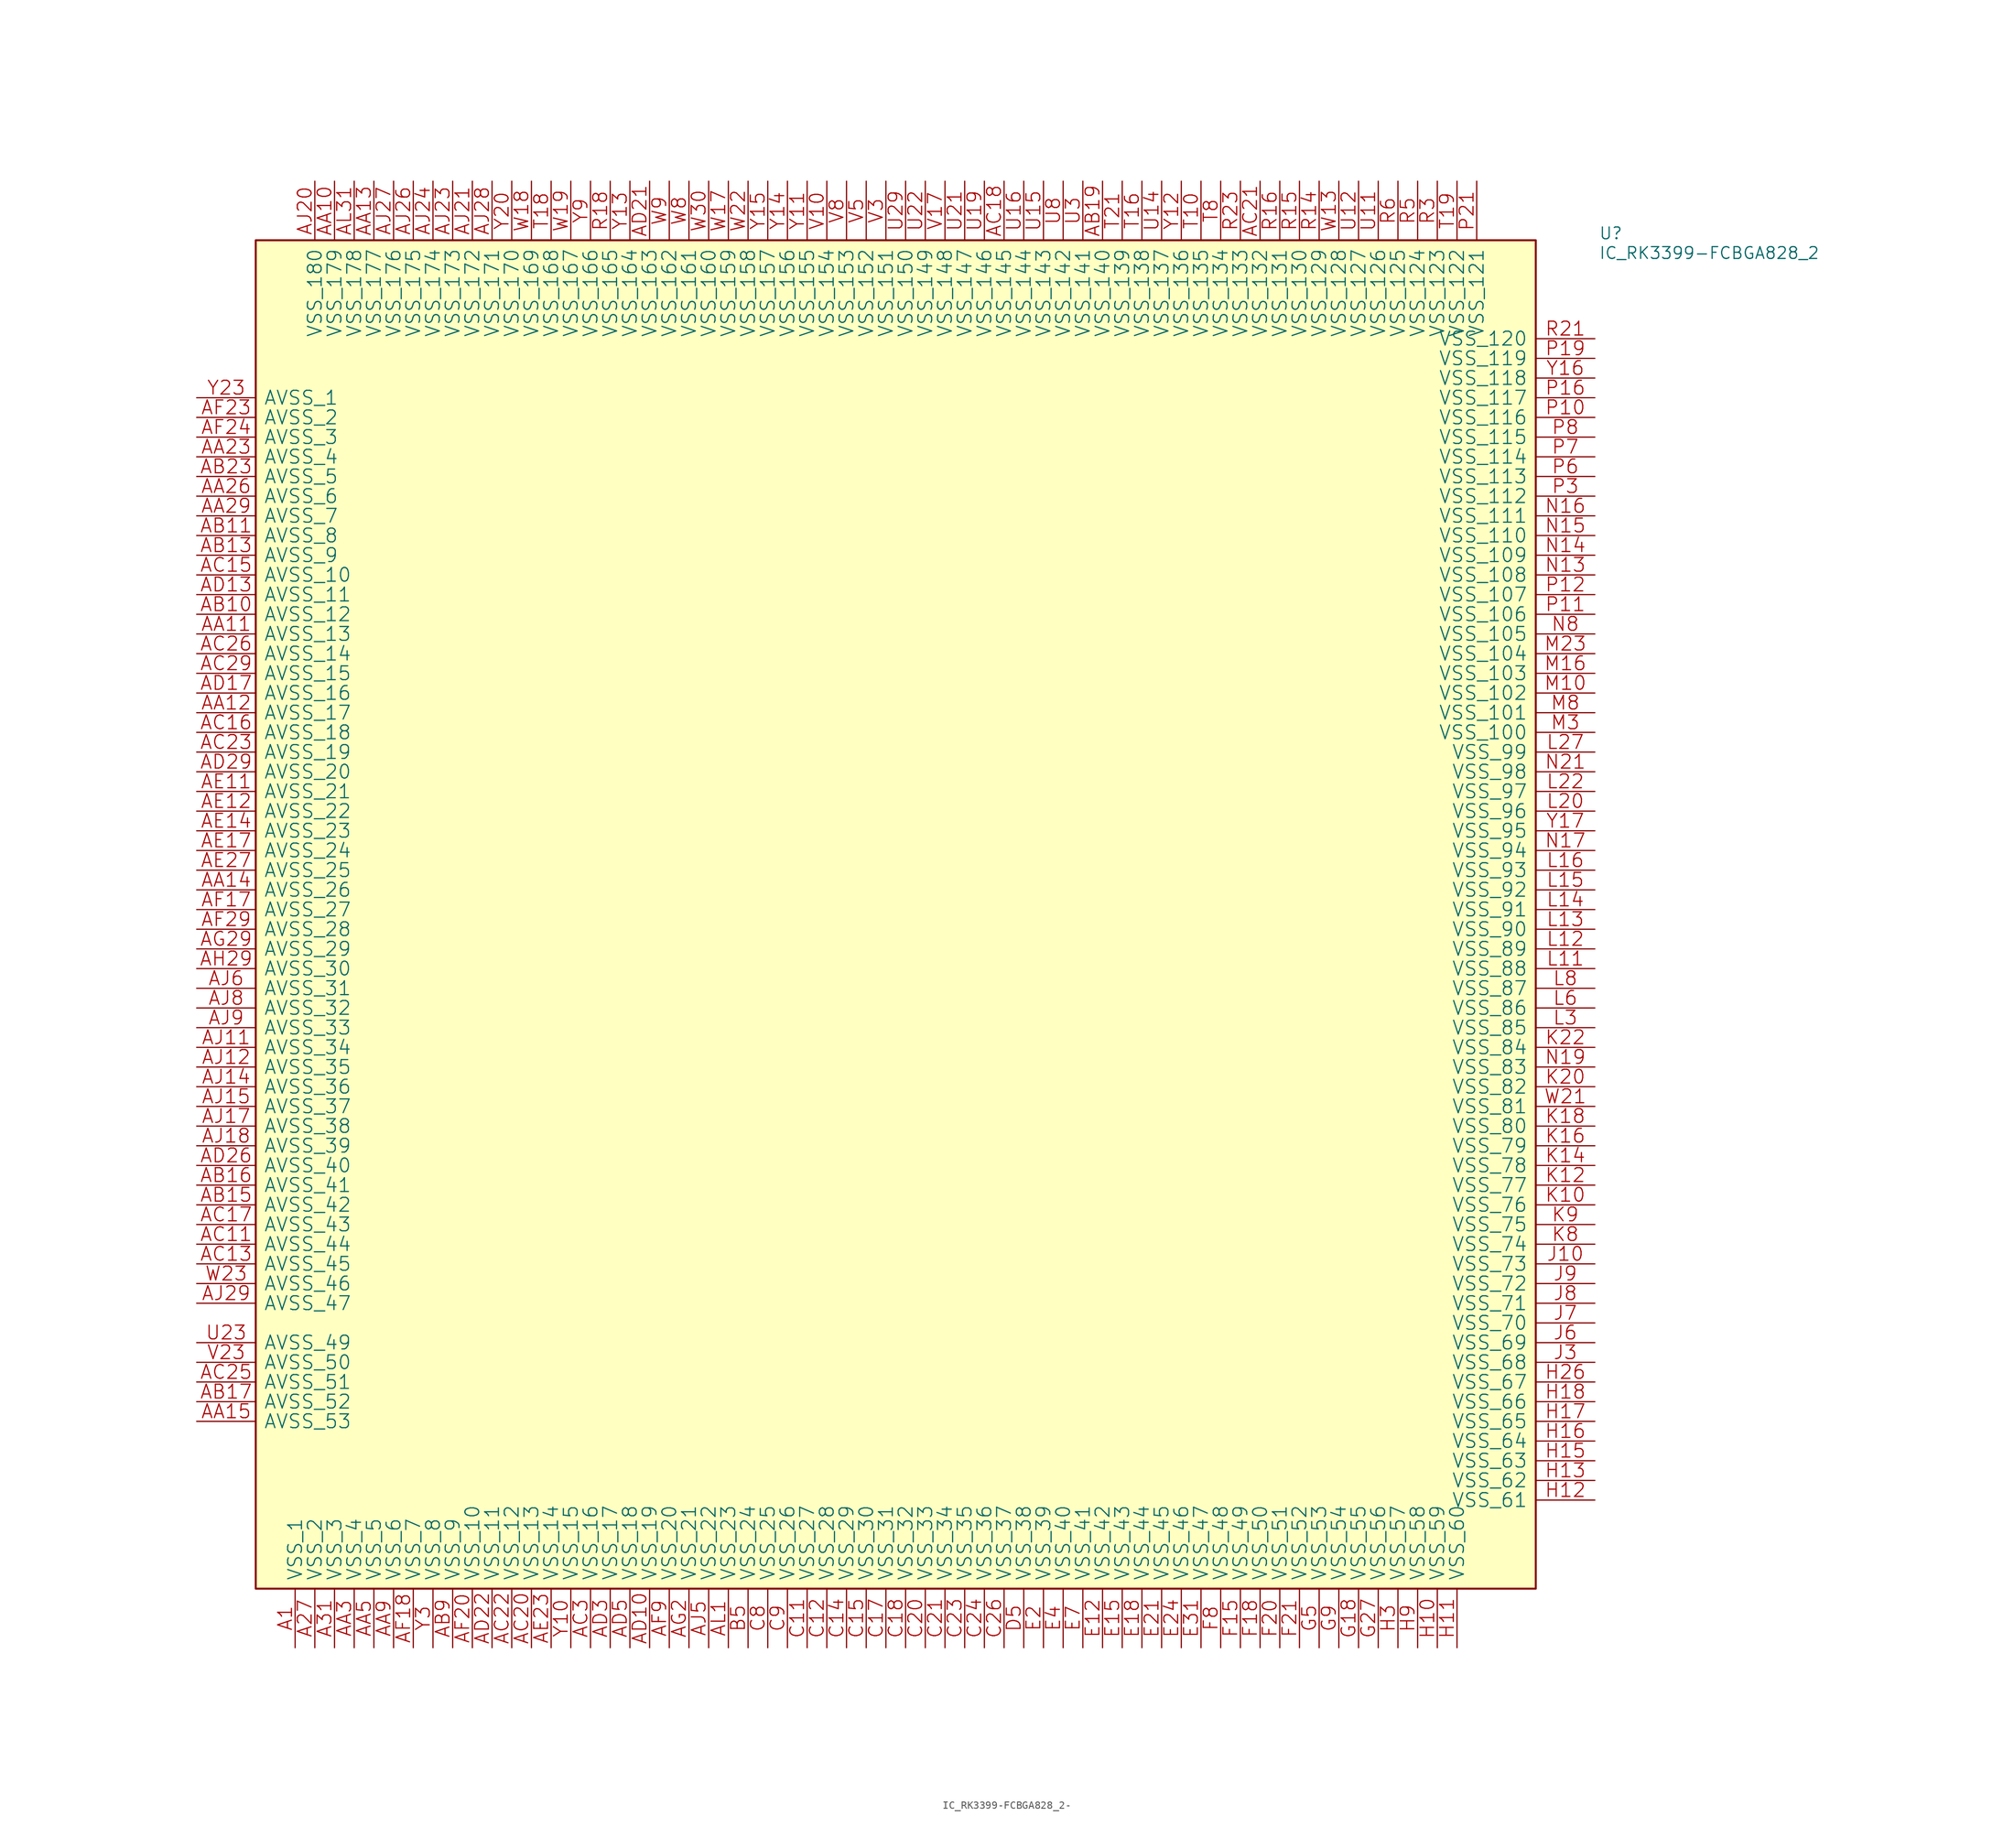
<source format=kicad_sym>
(kicad_symbol_lib
  (version 20220914)
  (generator kicad_symbol_editor)
  (symbol "IC_RK3399-FCBGA828_2-"
    (pin_names
      (offset 1.016))
    (property "Reference" "U"
      (at 173.228 0 0)
      (effects (font (size 1.524 1.524)) (justify left bottom)))
    (property "Value" "IC_RK3399-FCBGA828_2"
      (at 173.228 -2.54 0)
      (effects (font (size 1.524 1.524)) (justify left bottom)))
    (property "Footprint" ""
      (at 0 0 0)
      (effects (font (size 1.524 1.524))))
    (property "Datasheet" ""
      (at 0 0 0)
      (effects (font (size 1.524 1.524))))
    (symbol "IC_RK3399-FCBGA828_2-_0_1"
      (rectangle (start 0 -173.99) (end 165.1 0) (stroke (width 0.254) (type solid)) (fill (type background)))
      (pin passive line (at 5.08 -181.61 90) (length 7.62) (name "VSS_1" (effects (font (size 1.778 1.778)))) (number "A1" (effects (font (size 1.778 1.778)))))
      (pin passive line (at 7.62 -181.61 90) (length 7.62) (name "VSS_2" (effects (font (size 1.778 1.778)))) (number "A27" (effects (font (size 1.778 1.778)))))
      (pin passive line (at 10.16 -181.61 90) (length 7.62) (name "VSS_3" (effects (font (size 1.778 1.778)))) (number "A31" (effects (font (size 1.778 1.778)))))
      (pin passive line (at 10.16 7.62 270) (length 7.62) (name "VSS_179" (effects (font (size 1.778 1.778)))) (number "AA10" (effects (font (size 1.778 1.778)))))
      (pin passive line (at -7.62 -50.8 0) (length 7.62) (name "AVSS_13" (effects (font (size 1.778 1.778)))) (number "AA11" (effects (font (size 1.778 1.778)))))
      (pin passive line (at -7.62 -60.96 0) (length 7.62) (name "AVSS_17" (effects (font (size 1.778 1.778)))) (number "AA12" (effects (font (size 1.778 1.778)))))
      (pin passive line (at 15.24 7.62 270) (length 7.62) (name "VSS_177" (effects (font (size 1.778 1.778)))) (number "AA13" (effects (font (size 1.778 1.778)))))
      (pin passive line (at -7.62 -83.82 0) (length 7.62) (name "AVSS_26" (effects (font (size 1.778 1.778)))) (number "AA14" (effects (font (size 1.778 1.778)))))
      (pin passive line (at -7.62 -152.4 0) (length 7.62) (name "AVSS_53" (effects (font (size 1.778 1.778)))) (number "AA15" (effects (font (size 1.778 1.778)))))
      (pin passive line (at -7.62 -27.94 0) (length 7.62) (name "AVSS_4" (effects (font (size 1.778 1.778)))) (number "AA23" (effects (font (size 1.778 1.778)))))
      (pin passive line (at -7.62 -33.02 0) (length 7.62) (name "AVSS_6" (effects (font (size 1.778 1.778)))) (number "AA26" (effects (font (size 1.778 1.778)))))
      (pin passive line (at -7.62 -35.56 0) (length 7.62) (name "AVSS_7" (effects (font (size 1.778 1.778)))) (number "AA29" (effects (font (size 1.778 1.778)))))
      (pin passive line (at 12.7 -181.61 90) (length 7.62) (name "VSS_4" (effects (font (size 1.778 1.778)))) (number "AA3" (effects (font (size 1.778 1.778)))))
      (pin passive line (at 15.24 -181.61 90) (length 7.62) (name "VSS_5" (effects (font (size 1.778 1.778)))) (number "AA5" (effects (font (size 1.778 1.778)))))
      (pin passive line (at 17.78 -181.61 90) (length 7.62) (name "VSS_6" (effects (font (size 1.778 1.778)))) (number "AA9" (effects (font (size 1.778 1.778)))))
      (pin passive line (at -7.62 -48.26 0) (length 7.62) (name "AVSS_12" (effects (font (size 1.778 1.778)))) (number "AB10" (effects (font (size 1.778 1.778)))))
      (pin passive line (at -7.62 -38.1 0) (length 7.62) (name "AVSS_8" (effects (font (size 1.778 1.778)))) (number "AB11" (effects (font (size 1.778 1.778)))))
      (pin passive line (at -7.62 -40.64 0) (length 7.62) (name "AVSS_9" (effects (font (size 1.778 1.778)))) (number "AB13" (effects (font (size 1.778 1.778)))))
      (pin passive line (at -7.62 -124.46 0) (length 7.62) (name "AVSS_42" (effects (font (size 1.778 1.778)))) (number "AB15" (effects (font (size 1.778 1.778)))))
      (pin passive line (at -7.62 -121.92 0) (length 7.62) (name "AVSS_41" (effects (font (size 1.778 1.778)))) (number "AB16" (effects (font (size 1.778 1.778)))))
      (pin passive line (at -7.62 -149.86 0) (length 7.62) (name "AVSS_52" (effects (font (size 1.778 1.778)))) (number "AB17" (effects (font (size 1.778 1.778)))))
      (pin passive line (at 109.22 7.62 270) (length 7.62) (name "VSS_140" (effects (font (size 1.778 1.778)))) (number "AB19" (effects (font (size 1.778 1.778)))))
      (pin passive line (at -7.62 -30.48 0) (length 7.62) (name "AVSS_5" (effects (font (size 1.778 1.778)))) (number "AB23" (effects (font (size 1.778 1.778)))))
      (pin passive line (at 25.4 -181.61 90) (length 7.62) (name "VSS_9" (effects (font (size 1.778 1.778)))) (number "AB9" (effects (font (size 1.778 1.778)))))
      (pin passive line (at -7.62 -129.54 0) (length 7.62) (name "AVSS_44" (effects (font (size 1.778 1.778)))) (number "AC11" (effects (font (size 1.778 1.778)))))
      (pin passive line (at -7.62 -132.08 0) (length 7.62) (name "AVSS_45" (effects (font (size 1.778 1.778)))) (number "AC13" (effects (font (size 1.778 1.778)))))
      (pin passive line (at -7.62 -43.18 0) (length 7.62) (name "AVSS_10" (effects (font (size 1.778 1.778)))) (number "AC15" (effects (font (size 1.778 1.778)))))
      (pin passive line (at -7.62 -63.5 0) (length 7.62) (name "AVSS_18" (effects (font (size 1.778 1.778)))) (number "AC16" (effects (font (size 1.778 1.778)))))
      (pin passive line (at -7.62 -127 0) (length 7.62) (name "AVSS_43" (effects (font (size 1.778 1.778)))) (number "AC17" (effects (font (size 1.778 1.778)))))
      (pin passive line (at 96.52 7.62 270) (length 7.62) (name "VSS_145" (effects (font (size 1.778 1.778)))) (number "AC18" (effects (font (size 1.778 1.778)))))
      (pin passive line (at 35.56 -181.61 90) (length 7.62) (name "VSS_13" (effects (font (size 1.778 1.778)))) (number "AC20" (effects (font (size 1.778 1.778)))))
      (pin passive line (at 129.54 7.62 270) (length 7.62) (name "VSS_132" (effects (font (size 1.778 1.778)))) (number "AC21" (effects (font (size 1.778 1.778)))))
      (pin passive line (at 33.02 -181.61 90) (length 7.62) (name "VSS_12" (effects (font (size 1.778 1.778)))) (number "AC22" (effects (font (size 1.778 1.778)))))
      (pin passive line (at -7.62 -66.04 0) (length 7.62) (name "AVSS_19" (effects (font (size 1.778 1.778)))) (number "AC23" (effects (font (size 1.778 1.778)))))
      (pin passive line (at -7.62 -147.32 0) (length 7.62) (name "AVSS_51" (effects (font (size 1.778 1.778)))) (number "AC25" (effects (font (size 1.778 1.778)))))
      (pin passive line (at -7.62 -53.34 0) (length 7.62) (name "AVSS_14" (effects (font (size 1.778 1.778)))) (number "AC26" (effects (font (size 1.778 1.778)))))
      (pin passive line (at -7.62 -55.88 0) (length 7.62) (name "AVSS_15" (effects (font (size 1.778 1.778)))) (number "AC29" (effects (font (size 1.778 1.778)))))
      (pin passive line (at 43.18 -181.61 90) (length 7.62) (name "VSS_16" (effects (font (size 1.778 1.778)))) (number "AC3" (effects (font (size 1.778 1.778)))))
      (pin passive line (at 50.8 -181.61 90) (length 7.62) (name "VSS_19" (effects (font (size 1.778 1.778)))) (number "AD10" (effects (font (size 1.778 1.778)))))
      (pin passive line (at -7.62 -45.72 0) (length 7.62) (name "AVSS_11" (effects (font (size 1.778 1.778)))) (number "AD13" (effects (font (size 1.778 1.778)))))
      (pin passive line (at -7.62 -58.42 0) (length 7.62) (name "AVSS_16" (effects (font (size 1.778 1.778)))) (number "AD17" (effects (font (size 1.778 1.778)))))
      (pin passive line (at 50.8 7.62 270) (length 7.62) (name "VSS_163" (effects (font (size 1.778 1.778)))) (number "AD21" (effects (font (size 1.778 1.778)))))
      (pin passive line (at 30.48 -181.61 90) (length 7.62) (name "VSS_11" (effects (font (size 1.778 1.778)))) (number "AD22" (effects (font (size 1.778 1.778)))))
      (pin passive line (at -7.62 -119.38 0) (length 7.62) (name "AVSS_40" (effects (font (size 1.778 1.778)))) (number "AD26" (effects (font (size 1.778 1.778)))))
      (pin passive line (at -7.62 -68.58 0) (length 7.62) (name "AVSS_20" (effects (font (size 1.778 1.778)))) (number "AD29" (effects (font (size 1.778 1.778)))))
      (pin passive line (at 45.72 -181.61 90) (length 7.62) (name "VSS_17" (effects (font (size 1.778 1.778)))) (number "AD3" (effects (font (size 1.778 1.778)))))
      (pin passive line (at 48.26 -181.61 90) (length 7.62) (name "VSS_18" (effects (font (size 1.778 1.778)))) (number "AD5" (effects (font (size 1.778 1.778)))))
      (pin passive line (at -7.62 -71.12 0) (length 7.62) (name "AVSS_21" (effects (font (size 1.778 1.778)))) (number "AE11" (effects (font (size 1.778 1.778)))))
      (pin passive line (at -7.62 -73.66 0) (length 7.62) (name "AVSS_22" (effects (font (size 1.778 1.778)))) (number "AE12" (effects (font (size 1.778 1.778)))))
      (pin passive line (at -7.62 -76.2 0) (length 7.62) (name "AVSS_23" (effects (font (size 1.778 1.778)))) (number "AE14" (effects (font (size 1.778 1.778)))))
      (pin passive line (at -7.62 -78.74 0) (length 7.62) (name "AVSS_24" (effects (font (size 1.778 1.778)))) (number "AE17" (effects (font (size 1.778 1.778)))))
      (pin passive line (at 38.1 -181.61 90) (length 7.62) (name "VSS_14" (effects (font (size 1.778 1.778)))) (number "AE23" (effects (font (size 1.778 1.778)))))
      (pin passive line (at -7.62 -81.28 0) (length 7.62) (name "AVSS_25" (effects (font (size 1.778 1.778)))) (number "AE27" (effects (font (size 1.778 1.778)))))
      (pin passive line (at -7.62 -86.36 0) (length 7.62) (name "AVSS_27" (effects (font (size 1.778 1.778)))) (number "AF17" (effects (font (size 1.778 1.778)))))
      (pin passive line (at 20.32 -181.61 90) (length 7.62) (name "VSS_7" (effects (font (size 1.778 1.778)))) (number "AF18" (effects (font (size 1.778 1.778)))))
      (pin passive line (at 27.94 -181.61 90) (length 7.62) (name "VSS_10" (effects (font (size 1.778 1.778)))) (number "AF20" (effects (font (size 1.778 1.778)))))
      (pin passive line (at -7.62 -22.86 0) (length 7.62) (name "AVSS_2" (effects (font (size 1.778 1.778)))) (number "AF23" (effects (font (size 1.778 1.778)))))
      (pin passive line (at -7.62 -25.4 0) (length 7.62) (name "AVSS_3" (effects (font (size 1.778 1.778)))) (number "AF24" (effects (font (size 1.778 1.778)))))
      (pin passive line (at -7.62 -88.9 0) (length 7.62) (name "AVSS_28" (effects (font (size 1.778 1.778)))) (number "AF29" (effects (font (size 1.778 1.778)))))
      (pin passive line (at 53.34 -181.61 90) (length 7.62) (name "VSS_20" (effects (font (size 1.778 1.778)))) (number "AF9" (effects (font (size 1.778 1.778)))))
      (pin passive line (at 55.88 -181.61 90) (length 7.62) (name "VSS_21" (effects (font (size 1.778 1.778)))) (number "AG2" (effects (font (size 1.778 1.778)))))
      (pin passive line (at -7.62 -91.44 0) (length 7.62) (name "AVSS_29" (effects (font (size 1.778 1.778)))) (number "AG29" (effects (font (size 1.778 1.778)))))
      (pin passive line (at -7.62 -93.98 0) (length 7.62) (name "AVSS_30" (effects (font (size 1.778 1.778)))) (number "AH29" (effects (font (size 1.778 1.778)))))
      (pin passive line (at -7.62 -104.14 0) (length 7.62) (name "AVSS_34" (effects (font (size 1.778 1.778)))) (number "AJ11" (effects (font (size 1.778 1.778)))))
      (pin passive line (at -7.62 -106.68 0) (length 7.62) (name "AVSS_35" (effects (font (size 1.778 1.778)))) (number "AJ12" (effects (font (size 1.778 1.778)))))
      (pin passive line (at -7.62 -109.22 0) (length 7.62) (name "AVSS_36" (effects (font (size 1.778 1.778)))) (number "AJ14" (effects (font (size 1.778 1.778)))))
      (pin passive line (at -7.62 -111.76 0) (length 7.62) (name "AVSS_37" (effects (font (size 1.778 1.778)))) (number "AJ15" (effects (font (size 1.778 1.778)))))
      (pin passive line (at -7.62 -114.3 0) (length 7.62) (name "AVSS_38" (effects (font (size 1.778 1.778)))) (number "AJ17" (effects (font (size 1.778 1.778)))))
      (pin passive line (at -7.62 -116.84 0) (length 7.62) (name "AVSS_39" (effects (font (size 1.778 1.778)))) (number "AJ18" (effects (font (size 1.778 1.778)))))
      (pin passive line (at 7.62 7.62 270) (length 7.62) (name "VSS_180" (effects (font (size 1.778 1.778)))) (number "AJ20" (effects (font (size 1.778 1.778)))))
      (pin passive line (at 27.94 7.62 270) (length 7.62) (name "VSS_172" (effects (font (size 1.778 1.778)))) (number "AJ21" (effects (font (size 1.778 1.778)))))
      (pin passive line (at 25.4 7.62 270) (length 7.62) (name "VSS_173" (effects (font (size 1.778 1.778)))) (number "AJ23" (effects (font (size 1.778 1.778)))))
      (pin passive line (at 22.86 7.62 270) (length 7.62) (name "VSS_174" (effects (font (size 1.778 1.778)))) (number "AJ24" (effects (font (size 1.778 1.778)))))
      (pin passive line (at 20.32 7.62 270) (length 7.62) (name "VSS_175" (effects (font (size 1.778 1.778)))) (number "AJ26" (effects (font (size 1.778 1.778)))))
      (pin passive line (at 17.78 7.62 270) (length 7.62) (name "VSS_176" (effects (font (size 1.778 1.778)))) (number "AJ27" (effects (font (size 1.778 1.778)))))
      (pin passive line (at 30.48 7.62 270) (length 7.62) (name "VSS_171" (effects (font (size 1.778 1.778)))) (number "AJ28" (effects (font (size 1.778 1.778)))))
      (pin passive line (at -7.62 -137.16 0) (length 7.62) (name "AVSS_47" (effects (font (size 1.778 1.778)))) (number "AJ29" (effects (font (size 1.778 1.778)))))
      (pin passive line (at 58.42 -181.61 90) (length 7.62) (name "VSS_22" (effects (font (size 1.778 1.778)))) (number "AJ5" (effects (font (size 1.778 1.778)))))
      (pin passive line (at -7.62 -96.52 0) (length 7.62) (name "AVSS_31" (effects (font (size 1.778 1.778)))) (number "AJ6" (effects (font (size 1.778 1.778)))))
      (pin passive line (at -7.62 -99.06 0) (length 7.62) (name "AVSS_32" (effects (font (size 1.778 1.778)))) (number "AJ8" (effects (font (size 1.778 1.778)))))
      (pin passive line (at -7.62 -101.6 0) (length 7.62) (name "AVSS_33" (effects (font (size 1.778 1.778)))) (number "AJ9" (effects (font (size 1.778 1.778)))))
      (pin passive line (at 60.96 -181.61 90) (length 7.62) (name "VSS_23" (effects (font (size 1.778 1.778)))) (number "AL1" (effects (font (size 1.778 1.778)))))
      (pin passive line (at 12.7 7.62 270) (length 7.62) (name "VSS_178" (effects (font (size 1.778 1.778)))) (number "AL31" (effects (font (size 1.778 1.778)))))
      (pin passive line (at 63.5 -181.61 90) (length 7.62) (name "VSS_24" (effects (font (size 1.778 1.778)))) (number "B5" (effects (font (size 1.778 1.778)))))
      (pin passive line (at 71.12 -181.61 90) (length 7.62) (name "VSS_27" (effects (font (size 1.778 1.778)))) (number "C11" (effects (font (size 1.778 1.778)))))
      (pin passive line (at 73.66 -181.61 90) (length 7.62) (name "VSS_28" (effects (font (size 1.778 1.778)))) (number "C12" (effects (font (size 1.778 1.778)))))
      (pin passive line (at 76.2 -181.61 90) (length 7.62) (name "VSS_29" (effects (font (size 1.778 1.778)))) (number "C14" (effects (font (size 1.778 1.778)))))
      (pin passive line (at 78.74 -181.61 90) (length 7.62) (name "VSS_30" (effects (font (size 1.778 1.778)))) (number "C15" (effects (font (size 1.778 1.778)))))
      (pin passive line (at 81.28 -181.61 90) (length 7.62) (name "VSS_31" (effects (font (size 1.778 1.778)))) (number "C17" (effects (font (size 1.778 1.778)))))
      (pin passive line (at 83.82 -181.61 90) (length 7.62) (name "VSS_32" (effects (font (size 1.778 1.778)))) (number "C18" (effects (font (size 1.778 1.778)))))
      (pin passive line (at 86.36 -181.61 90) (length 7.62) (name "VSS_33" (effects (font (size 1.778 1.778)))) (number "C20" (effects (font (size 1.778 1.778)))))
      (pin passive line (at 88.9 -181.61 90) (length 7.62) (name "VSS_34" (effects (font (size 1.778 1.778)))) (number "C21" (effects (font (size 1.778 1.778)))))
      (pin passive line (at 91.44 -181.61 90) (length 7.62) (name "VSS_35" (effects (font (size 1.778 1.778)))) (number "C23" (effects (font (size 1.778 1.778)))))
      (pin passive line (at 93.98 -181.61 90) (length 7.62) (name "VSS_36" (effects (font (size 1.778 1.778)))) (number "C24" (effects (font (size 1.778 1.778)))))
      (pin passive line (at 96.52 -181.61 90) (length 7.62) (name "VSS_37" (effects (font (size 1.778 1.778)))) (number "C26" (effects (font (size 1.778 1.778)))))
      (pin passive line (at 66.04 -181.61 90) (length 7.62) (name "VSS_25" (effects (font (size 1.778 1.778)))) (number "C8" (effects (font (size 1.778 1.778)))))
      (pin passive line (at 68.58 -181.61 90) (length 7.62) (name "VSS_26" (effects (font (size 1.778 1.778)))) (number "C9" (effects (font (size 1.778 1.778)))))
      (pin passive line (at 99.06 -181.61 90) (length 7.62) (name "VSS_38" (effects (font (size 1.778 1.778)))) (number "D5" (effects (font (size 1.778 1.778)))))
      (pin passive line (at 109.22 -181.61 90) (length 7.62) (name "VSS_42" (effects (font (size 1.778 1.778)))) (number "E12" (effects (font (size 1.778 1.778)))))
      (pin passive line (at 111.76 -181.61 90) (length 7.62) (name "VSS_43" (effects (font (size 1.778 1.778)))) (number "E15" (effects (font (size 1.778 1.778)))))
      (pin passive line (at 114.3 -181.61 90) (length 7.62) (name "VSS_44" (effects (font (size 1.778 1.778)))) (number "E18" (effects (font (size 1.778 1.778)))))
      (pin passive line (at 101.6 -181.61 90) (length 7.62) (name "VSS_39" (effects (font (size 1.778 1.778)))) (number "E2" (effects (font (size 1.778 1.778)))))
      (pin passive line (at 116.84 -181.61 90) (length 7.62) (name "VSS_45" (effects (font (size 1.778 1.778)))) (number "E21" (effects (font (size 1.778 1.778)))))
      (pin passive line (at 119.38 -181.61 90) (length 7.62) (name "VSS_46" (effects (font (size 1.778 1.778)))) (number "E24" (effects (font (size 1.778 1.778)))))
      (pin passive line (at 121.92 -181.61 90) (length 7.62) (name "VSS_47" (effects (font (size 1.778 1.778)))) (number "E31" (effects (font (size 1.778 1.778)))))
      (pin passive line (at 104.14 -181.61 90) (length 7.62) (name "VSS_40" (effects (font (size 1.778 1.778)))) (number "E4" (effects (font (size 1.778 1.778)))))
      (pin passive line (at 106.68 -181.61 90) (length 7.62) (name "VSS_41" (effects (font (size 1.778 1.778)))) (number "E7" (effects (font (size 1.778 1.778)))))
      (pin passive line (at 127 -181.61 90) (length 7.62) (name "VSS_49" (effects (font (size 1.778 1.778)))) (number "F15" (effects (font (size 1.778 1.778)))))
      (pin passive line (at 129.54 -181.61 90) (length 7.62) (name "VSS_50" (effects (font (size 1.778 1.778)))) (number "F18" (effects (font (size 1.778 1.778)))))
      (pin passive line (at 132.08 -181.61 90) (length 7.62) (name "VSS_51" (effects (font (size 1.778 1.778)))) (number "F20" (effects (font (size 1.778 1.778)))))
      (pin passive line (at 134.62 -181.61 90) (length 7.62) (name "VSS_52" (effects (font (size 1.778 1.778)))) (number "F21" (effects (font (size 1.778 1.778)))))
      (pin passive line (at 124.46 -181.61 90) (length 7.62) (name "VSS_48" (effects (font (size 1.778 1.778)))) (number "F8" (effects (font (size 1.778 1.778)))))
      (pin passive line (at 142.24 -181.61 90) (length 7.62) (name "VSS_55" (effects (font (size 1.778 1.778)))) (number "G18" (effects (font (size 1.778 1.778)))))
      (pin passive line (at 144.78 -181.61 90) (length 7.62) (name "VSS_56" (effects (font (size 1.778 1.778)))) (number "G27" (effects (font (size 1.778 1.778)))))
      (pin passive line (at 137.16 -181.61 90) (length 7.62) (name "VSS_53" (effects (font (size 1.778 1.778)))) (number "G5" (effects (font (size 1.778 1.778)))))
      (pin passive line (at 139.7 -181.61 90) (length 7.62) (name "VSS_54" (effects (font (size 1.778 1.778)))) (number "G9" (effects (font (size 1.778 1.778)))))
      (pin passive line (at 152.4 -181.61 90) (length 7.62) (name "VSS_59" (effects (font (size 1.778 1.778)))) (number "H10" (effects (font (size 1.778 1.778)))))
      (pin passive line (at 154.94 -181.61 90) (length 7.62) (name "VSS_60" (effects (font (size 1.778 1.778)))) (number "H11" (effects (font (size 1.778 1.778)))))
      (pin passive line (at 172.72 -162.56 180) (length 7.62) (name "VSS_61" (effects (font (size 1.778 1.778)))) (number "H12" (effects (font (size 1.778 1.778)))))
      (pin passive line (at 172.72 -160.02 180) (length 7.62) (name "VSS_62" (effects (font (size 1.778 1.778)))) (number "H13" (effects (font (size 1.778 1.778)))))
      (pin passive line (at 172.72 -157.48 180) (length 7.62) (name "VSS_63" (effects (font (size 1.778 1.778)))) (number "H15" (effects (font (size 1.778 1.778)))))
      (pin passive line (at 172.72 -154.94 180) (length 7.62) (name "VSS_64" (effects (font (size 1.778 1.778)))) (number "H16" (effects (font (size 1.778 1.778)))))
      (pin passive line (at 172.72 -152.4 180) (length 7.62) (name "VSS_65" (effects (font (size 1.778 1.778)))) (number "H17" (effects (font (size 1.778 1.778)))))
      (pin passive line (at 172.72 -149.86 180) (length 7.62) (name "VSS_66" (effects (font (size 1.778 1.778)))) (number "H18" (effects (font (size 1.778 1.778)))))
      (pin passive line (at 172.72 -147.32 180) (length 7.62) (name "VSS_67" (effects (font (size 1.778 1.778)))) (number "H26" (effects (font (size 1.778 1.778)))))
      (pin passive line (at 147.32 -181.61 90) (length 7.62) (name "VSS_57" (effects (font (size 1.778 1.778)))) (number "H3" (effects (font (size 1.778 1.778)))))
      (pin passive line (at 149.86 -181.61 90) (length 7.62) (name "VSS_58" (effects (font (size 1.778 1.778)))) (number "H9" (effects (font (size 1.778 1.778)))))
      (pin passive line (at 172.72 -132.08 180) (length 7.62) (name "VSS_73" (effects (font (size 1.778 1.778)))) (number "J10" (effects (font (size 1.778 1.778)))))
      (pin passive line (at 172.72 -144.78 180) (length 7.62) (name "VSS_68" (effects (font (size 1.778 1.778)))) (number "J3" (effects (font (size 1.778 1.778)))))
      (pin passive line (at 172.72 -142.24 180) (length 7.62) (name "VSS_69" (effects (font (size 1.778 1.778)))) (number "J6" (effects (font (size 1.778 1.778)))))
      (pin passive line (at 172.72 -139.7 180) (length 7.62) (name "VSS_70" (effects (font (size 1.778 1.778)))) (number "J7" (effects (font (size 1.778 1.778)))))
      (pin passive line (at 172.72 -137.16 180) (length 7.62) (name "VSS_71" (effects (font (size 1.778 1.778)))) (number "J8" (effects (font (size 1.778 1.778)))))
      (pin passive line (at 172.72 -134.62 180) (length 7.62) (name "VSS_72" (effects (font (size 1.778 1.778)))) (number "J9" (effects (font (size 1.778 1.778)))))
      (pin passive line (at 172.72 -124.46 180) (length 7.62) (name "VSS_76" (effects (font (size 1.778 1.778)))) (number "K10" (effects (font (size 1.778 1.778)))))
      (pin passive line (at 172.72 -121.92 180) (length 7.62) (name "VSS_77" (effects (font (size 1.778 1.778)))) (number "K12" (effects (font (size 1.778 1.778)))))
      (pin passive line (at 172.72 -119.38 180) (length 7.62) (name "VSS_78" (effects (font (size 1.778 1.778)))) (number "K14" (effects (font (size 1.778 1.778)))))
      (pin passive line (at 172.72 -116.84 180) (length 7.62) (name "VSS_79" (effects (font (size 1.778 1.778)))) (number "K16" (effects (font (size 1.778 1.778)))))
      (pin passive line (at 172.72 -114.3 180) (length 7.62) (name "VSS_80" (effects (font (size 1.778 1.778)))) (number "K18" (effects (font (size 1.778 1.778)))))
      (pin passive line (at 172.72 -109.22 180) (length 7.62) (name "VSS_82" (effects (font (size 1.778 1.778)))) (number "K20" (effects (font (size 1.778 1.778)))))
      (pin passive line (at 172.72 -104.14 180) (length 7.62) (name "VSS_84" (effects (font (size 1.778 1.778)))) (number "K22" (effects (font (size 1.778 1.778)))))
      (pin passive line (at 172.72 -129.54 180) (length 7.62) (name "VSS_74" (effects (font (size 1.778 1.778)))) (number "K8" (effects (font (size 1.778 1.778)))))
      (pin passive line (at 172.72 -127 180) (length 7.62) (name "VSS_75" (effects (font (size 1.778 1.778)))) (number "K9" (effects (font (size 1.778 1.778)))))
      (pin passive line (at 172.72 -93.98 180) (length 7.62) (name "VSS_88" (effects (font (size 1.778 1.778)))) (number "L11" (effects (font (size 1.778 1.778)))))
      (pin passive line (at 172.72 -91.44 180) (length 7.62) (name "VSS_89" (effects (font (size 1.778 1.778)))) (number "L12" (effects (font (size 1.778 1.778)))))
      (pin passive line (at 172.72 -88.9 180) (length 7.62) (name "VSS_90" (effects (font (size 1.778 1.778)))) (number "L13" (effects (font (size 1.778 1.778)))))
      (pin passive line (at 172.72 -86.36 180) (length 7.62) (name "VSS_91" (effects (font (size 1.778 1.778)))) (number "L14" (effects (font (size 1.778 1.778)))))
      (pin passive line (at 172.72 -83.82 180) (length 7.62) (name "VSS_92" (effects (font (size 1.778 1.778)))) (number "L15" (effects (font (size 1.778 1.778)))))
      (pin passive line (at 172.72 -81.28 180) (length 7.62) (name "VSS_93" (effects (font (size 1.778 1.778)))) (number "L16" (effects (font (size 1.778 1.778)))))
      (pin passive line (at 172.72 -73.66 180) (length 7.62) (name "VSS_96" (effects (font (size 1.778 1.778)))) (number "L20" (effects (font (size 1.778 1.778)))))
      (pin passive line (at 172.72 -71.12 180) (length 7.62) (name "VSS_97" (effects (font (size 1.778 1.778)))) (number "L22" (effects (font (size 1.778 1.778)))))
      (pin passive line (at 172.72 -66.04 180) (length 7.62) (name "VSS_99" (effects (font (size 1.778 1.778)))) (number "L27" (effects (font (size 1.778 1.778)))))
      (pin passive line (at 172.72 -101.6 180) (length 7.62) (name "VSS_85" (effects (font (size 1.778 1.778)))) (number "L3" (effects (font (size 1.778 1.778)))))
      (pin passive line (at 172.72 -99.06 180) (length 7.62) (name "VSS_86" (effects (font (size 1.778 1.778)))) (number "L6" (effects (font (size 1.778 1.778)))))
      (pin passive line (at 172.72 -96.52 180) (length 7.62) (name "VSS_87" (effects (font (size 1.778 1.778)))) (number "L8" (effects (font (size 1.778 1.778)))))
      (pin passive line (at 172.72 -58.42 180) (length 7.62) (name "VSS_102" (effects (font (size 1.778 1.778)))) (number "M10" (effects (font (size 1.778 1.778)))))
      (pin passive line (at 172.72 -55.88 180) (length 7.62) (name "VSS_103" (effects (font (size 1.778 1.778)))) (number "M16" (effects (font (size 1.778 1.778)))))
      (pin passive line (at 172.72 -53.34 180) (length 7.62) (name "VSS_104" (effects (font (size 1.778 1.778)))) (number "M23" (effects (font (size 1.778 1.778)))))
      (pin passive line (at 172.72 -63.5 180) (length 7.62) (name "VSS_100" (effects (font (size 1.778 1.778)))) (number "M3" (effects (font (size 1.778 1.778)))))
      (pin passive line (at 172.72 -60.96 180) (length 7.62) (name "VSS_101" (effects (font (size 1.778 1.778)))) (number "M8" (effects (font (size 1.778 1.778)))))
      (pin passive line (at 172.72 -43.18 180) (length 7.62) (name "VSS_108" (effects (font (size 1.778 1.778)))) (number "N13" (effects (font (size 1.778 1.778)))))
      (pin passive line (at 172.72 -40.64 180) (length 7.62) (name "VSS_109" (effects (font (size 1.778 1.778)))) (number "N14" (effects (font (size 1.778 1.778)))))
      (pin passive line (at 172.72 -38.1 180) (length 7.62) (name "VSS_110" (effects (font (size 1.778 1.778)))) (number "N15" (effects (font (size 1.778 1.778)))))
      (pin passive line (at 172.72 -35.56 180) (length 7.62) (name "VSS_111" (effects (font (size 1.778 1.778)))) (number "N16" (effects (font (size 1.778 1.778)))))
      (pin passive line (at 172.72 -78.74 180) (length 7.62) (name "VSS_94" (effects (font (size 1.778 1.778)))) (number "N17" (effects (font (size 1.778 1.778)))))
      (pin passive line (at 172.72 -106.68 180) (length 7.62) (name "VSS_83" (effects (font (size 1.778 1.778)))) (number "N19" (effects (font (size 1.778 1.778)))))
      (pin passive line (at 172.72 -68.58 180) (length 7.62) (name "VSS_98" (effects (font (size 1.778 1.778)))) (number "N21" (effects (font (size 1.778 1.778)))))
      (pin passive line (at 172.72 -50.8 180) (length 7.62) (name "VSS_105" (effects (font (size 1.778 1.778)))) (number "N8" (effects (font (size 1.778 1.778)))))
      (pin passive line (at 172.72 -22.86 180) (length 7.62) (name "VSS_116" (effects (font (size 1.778 1.778)))) (number "P10" (effects (font (size 1.778 1.778)))))
      (pin passive line (at 172.72 -48.26 180) (length 7.62) (name "VSS_106" (effects (font (size 1.778 1.778)))) (number "P11" (effects (font (size 1.778 1.778)))))
      (pin passive line (at 172.72 -45.72 180) (length 7.62) (name "VSS_107" (effects (font (size 1.778 1.778)))) (number "P12" (effects (font (size 1.778 1.778)))))
      (pin passive line (at 172.72 -20.32 180) (length 7.62) (name "VSS_117" (effects (font (size 1.778 1.778)))) (number "P16" (effects (font (size 1.778 1.778)))))
      (pin passive line (at 172.72 -15.24 180) (length 7.62) (name "VSS_119" (effects (font (size 1.778 1.778)))) (number "P19" (effects (font (size 1.778 1.778)))))
      (pin passive line (at 157.48 7.62 270) (length 7.62) (name "VSS_121" (effects (font (size 1.778 1.778)))) (number "P21" (effects (font (size 1.778 1.778)))))
      (pin passive line (at 172.72 -33.02 180) (length 7.62) (name "VSS_112" (effects (font (size 1.778 1.778)))) (number "P3" (effects (font (size 1.778 1.778)))))
      (pin passive line (at 172.72 -30.48 180) (length 7.62) (name "VSS_113" (effects (font (size 1.778 1.778)))) (number "P6" (effects (font (size 1.778 1.778)))))
      (pin passive line (at 172.72 -27.94 180) (length 7.62) (name "VSS_114" (effects (font (size 1.778 1.778)))) (number "P7" (effects (font (size 1.778 1.778)))))
      (pin passive line (at 172.72 -25.4 180) (length 7.62) (name "VSS_115" (effects (font (size 1.778 1.778)))) (number "P8" (effects (font (size 1.778 1.778)))))
      (pin passive line (at 137.16 7.62 270) (length 7.62) (name "VSS_129" (effects (font (size 1.778 1.778)))) (number "R14" (effects (font (size 1.778 1.778)))))
      (pin passive line (at 134.62 7.62 270) (length 7.62) (name "VSS_130" (effects (font (size 1.778 1.778)))) (number "R15" (effects (font (size 1.778 1.778)))))
      (pin passive line (at 132.08 7.62 270) (length 7.62) (name "VSS_131" (effects (font (size 1.778 1.778)))) (number "R16" (effects (font (size 1.778 1.778)))))
      (pin passive line (at 45.72 7.62 270) (length 7.62) (name "VSS_165" (effects (font (size 1.778 1.778)))) (number "R18" (effects (font (size 1.778 1.778)))))
      (pin passive line (at 172.72 -12.7 180) (length 7.62) (name "VSS_120" (effects (font (size 1.778 1.778)))) (number "R21" (effects (font (size 1.778 1.778)))))
      (pin passive line (at 127 7.62 270) (length 7.62) (name "VSS_133" (effects (font (size 1.778 1.778)))) (number "R23" (effects (font (size 1.778 1.778)))))
      (pin passive line (at 152.4 7.62 270) (length 7.62) (name "VSS_123" (effects (font (size 1.778 1.778)))) (number "R3" (effects (font (size 1.778 1.778)))))
      (pin passive line (at 149.86 7.62 270) (length 7.62) (name "VSS_124" (effects (font (size 1.778 1.778)))) (number "R5" (effects (font (size 1.778 1.778)))))
      (pin passive line (at 147.32 7.62 270) (length 7.62) (name "VSS_125" (effects (font (size 1.778 1.778)))) (number "R6" (effects (font (size 1.778 1.778)))))
      (pin passive line (at 121.92 7.62 270) (length 7.62) (name "VSS_135" (effects (font (size 1.778 1.778)))) (number "T10" (effects (font (size 1.778 1.778)))))
      (pin passive line (at 114.3 7.62 270) (length 7.62) (name "VSS_138" (effects (font (size 1.778 1.778)))) (number "T16" (effects (font (size 1.778 1.778)))))
      (pin passive line (at 38.1 7.62 270) (length 7.62) (name "VSS_168" (effects (font (size 1.778 1.778)))) (number "T18" (effects (font (size 1.778 1.778)))))
      (pin passive line (at 154.94 7.62 270) (length 7.62) (name "VSS_122" (effects (font (size 1.778 1.778)))) (number "T19" (effects (font (size 1.778 1.778)))))
      (pin passive line (at 111.76 7.62 270) (length 7.62) (name "VSS_139" (effects (font (size 1.778 1.778)))) (number "T21" (effects (font (size 1.778 1.778)))))
      (pin passive line (at 124.46 7.62 270) (length 7.62) (name "VSS_134" (effects (font (size 1.778 1.778)))) (number "T8" (effects (font (size 1.778 1.778)))))
      (pin passive line (at 144.78 7.62 270) (length 7.62) (name "VSS_126" (effects (font (size 1.778 1.778)))) (number "U11" (effects (font (size 1.778 1.778)))))
      (pin passive line (at 142.24 7.62 270) (length 7.62) (name "VSS_127" (effects (font (size 1.778 1.778)))) (number "U12" (effects (font (size 1.778 1.778)))))
      (pin passive line (at 116.84 7.62 270) (length 7.62) (name "VSS_137" (effects (font (size 1.778 1.778)))) (number "U14" (effects (font (size 1.778 1.778)))))
      (pin passive line (at 101.6 7.62 270) (length 7.62) (name "VSS_143" (effects (font (size 1.778 1.778)))) (number "U15" (effects (font (size 1.778 1.778)))))
      (pin passive line (at 99.06 7.62 270) (length 7.62) (name "VSS_144" (effects (font (size 1.778 1.778)))) (number "U16" (effects (font (size 1.778 1.778)))))
      (pin passive line (at 93.98 7.62 270) (length 7.62) (name "VSS_146" (effects (font (size 1.778 1.778)))) (number "U19" (effects (font (size 1.778 1.778)))))
      (pin passive line (at 91.44 7.62 270) (length 7.62) (name "VSS_147" (effects (font (size 1.778 1.778)))) (number "U21" (effects (font (size 1.778 1.778)))))
      (pin passive line (at 86.36 7.62 270) (length 7.62) (name "VSS_149" (effects (font (size 1.778 1.778)))) (number "U22" (effects (font (size 1.778 1.778)))))
      (pin passive line (at -7.62 -142.24 0) (length 7.62) (name "AVSS_49" (effects (font (size 1.778 1.778)))) (number "U23" (effects (font (size 1.778 1.778)))))
      (pin passive line (at 83.82 7.62 270) (length 7.62) (name "VSS_150" (effects (font (size 1.778 1.778)))) (number "U29" (effects (font (size 1.778 1.778)))))
      (pin passive line (at 106.68 7.62 270) (length 7.62) (name "VSS_141" (effects (font (size 1.778 1.778)))) (number "U3" (effects (font (size 1.778 1.778)))))
      (pin passive line (at 104.14 7.62 270) (length 7.62) (name "VSS_142" (effects (font (size 1.778 1.778)))) (number "U8" (effects (font (size 1.778 1.778)))))
      (pin passive line (at 73.66 7.62 270) (length 7.62) (name "VSS_154" (effects (font (size 1.778 1.778)))) (number "V10" (effects (font (size 1.778 1.778)))))
      (pin passive line (at 88.9 7.62 270) (length 7.62) (name "VSS_148" (effects (font (size 1.778 1.778)))) (number "V17" (effects (font (size 1.778 1.778)))))
      (pin passive line (at -7.62 -144.78 0) (length 7.62) (name "AVSS_50" (effects (font (size 1.778 1.778)))) (number "V23" (effects (font (size 1.778 1.778)))))
      (pin passive line (at 81.28 7.62 270) (length 7.62) (name "VSS_151" (effects (font (size 1.778 1.778)))) (number "V3" (effects (font (size 1.778 1.778)))))
      (pin passive line (at 78.74 7.62 270) (length 7.62) (name "VSS_152" (effects (font (size 1.778 1.778)))) (number "V5" (effects (font (size 1.778 1.778)))))
      (pin passive line (at 76.2 7.62 270) (length 7.62) (name "VSS_153" (effects (font (size 1.778 1.778)))) (number "V8" (effects (font (size 1.778 1.778)))))
      (pin passive line (at 139.7 7.62 270) (length 7.62) (name "VSS_128" (effects (font (size 1.778 1.778)))) (number "W13" (effects (font (size 1.778 1.778)))))
      (pin passive line (at 60.96 7.62 270) (length 7.62) (name "VSS_159" (effects (font (size 1.778 1.778)))) (number "W17" (effects (font (size 1.778 1.778)))))
      (pin passive line (at 35.56 7.62 270) (length 7.62) (name "VSS_169" (effects (font (size 1.778 1.778)))) (number "W18" (effects (font (size 1.778 1.778)))))
      (pin passive line (at 40.64 7.62 270) (length 7.62) (name "VSS_167" (effects (font (size 1.778 1.778)))) (number "W19" (effects (font (size 1.778 1.778)))))
      (pin passive line (at 172.72 -111.76 180) (length 7.62) (name "VSS_81" (effects (font (size 1.778 1.778)))) (number "W21" (effects (font (size 1.778 1.778)))))
      (pin passive line (at 63.5 7.62 270) (length 7.62) (name "VSS_158" (effects (font (size 1.778 1.778)))) (number "W22" (effects (font (size 1.778 1.778)))))
      (pin passive line (at -7.62 -134.62 0) (length 7.62) (name "AVSS_46" (effects (font (size 1.778 1.778)))) (number "W23" (effects (font (size 1.778 1.778)))))
      (pin passive line (at 58.42 7.62 270) (length 7.62) (name "VSS_160" (effects (font (size 1.778 1.778)))) (number "W30" (effects (font (size 1.778 1.778)))))
      (pin passive line (at 55.88 7.62 270) (length 7.62) (name "VSS_161" (effects (font (size 1.778 1.778)))) (number "W8" (effects (font (size 1.778 1.778)))))
      (pin passive line (at 53.34 7.62 270) (length 7.62) (name "VSS_162" (effects (font (size 1.778 1.778)))) (number "W9" (effects (font (size 1.778 1.778)))))
      (pin passive line (at 40.64 -181.61 90) (length 7.62) (name "VSS_15" (effects (font (size 1.778 1.778)))) (number "Y10" (effects (font (size 1.778 1.778)))))
      (pin passive line (at 71.12 7.62 270) (length 7.62) (name "VSS_155" (effects (font (size 1.778 1.778)))) (number "Y11" (effects (font (size 1.778 1.778)))))
      (pin passive line (at 119.38 7.62 270) (length 7.62) (name "VSS_136" (effects (font (size 1.778 1.778)))) (number "Y12" (effects (font (size 1.778 1.778)))))
      (pin passive line (at 48.26 7.62 270) (length 7.62) (name "VSS_164" (effects (font (size 1.778 1.778)))) (number "Y13" (effects (font (size 1.778 1.778)))))
      (pin passive line (at 68.58 7.62 270) (length 7.62) (name "VSS_156" (effects (font (size 1.778 1.778)))) (number "Y14" (effects (font (size 1.778 1.778)))))
      (pin passive line (at 66.04 7.62 270) (length 7.62) (name "VSS_157" (effects (font (size 1.778 1.778)))) (number "Y15" (effects (font (size 1.778 1.778)))))
      (pin passive line (at 172.72 -17.78 180) (length 7.62) (name "VSS_118" (effects (font (size 1.778 1.778)))) (number "Y16" (effects (font (size 1.778 1.778)))))
      (pin passive line (at 172.72 -76.2 180) (length 7.62) (name "VSS_95" (effects (font (size 1.778 1.778)))) (number "Y17" (effects (font (size 1.778 1.778)))))
      (pin passive line (at 33.02 7.62 270) (length 7.62) (name "VSS_170" (effects (font (size 1.778 1.778)))) (number "Y20" (effects (font (size 1.778 1.778)))))
      (pin passive line (at -7.62 -20.32 0) (length 7.62) (name "AVSS_1" (effects (font (size 1.778 1.778)))) (number "Y23" (effects (font (size 1.778 1.778)))))
      (pin passive line (at 22.86 -181.61 90) (length 7.62) (name "VSS_8" (effects (font (size 1.778 1.778)))) (number "Y3" (effects (font (size 1.778 1.778)))))
      (pin passive line (at 43.18 7.62 270) (length 7.62) (name "VSS_166" (effects (font (size 1.778 1.778)))) (number "Y9" (effects (font (size 1.778 1.778))))))))
</source>
